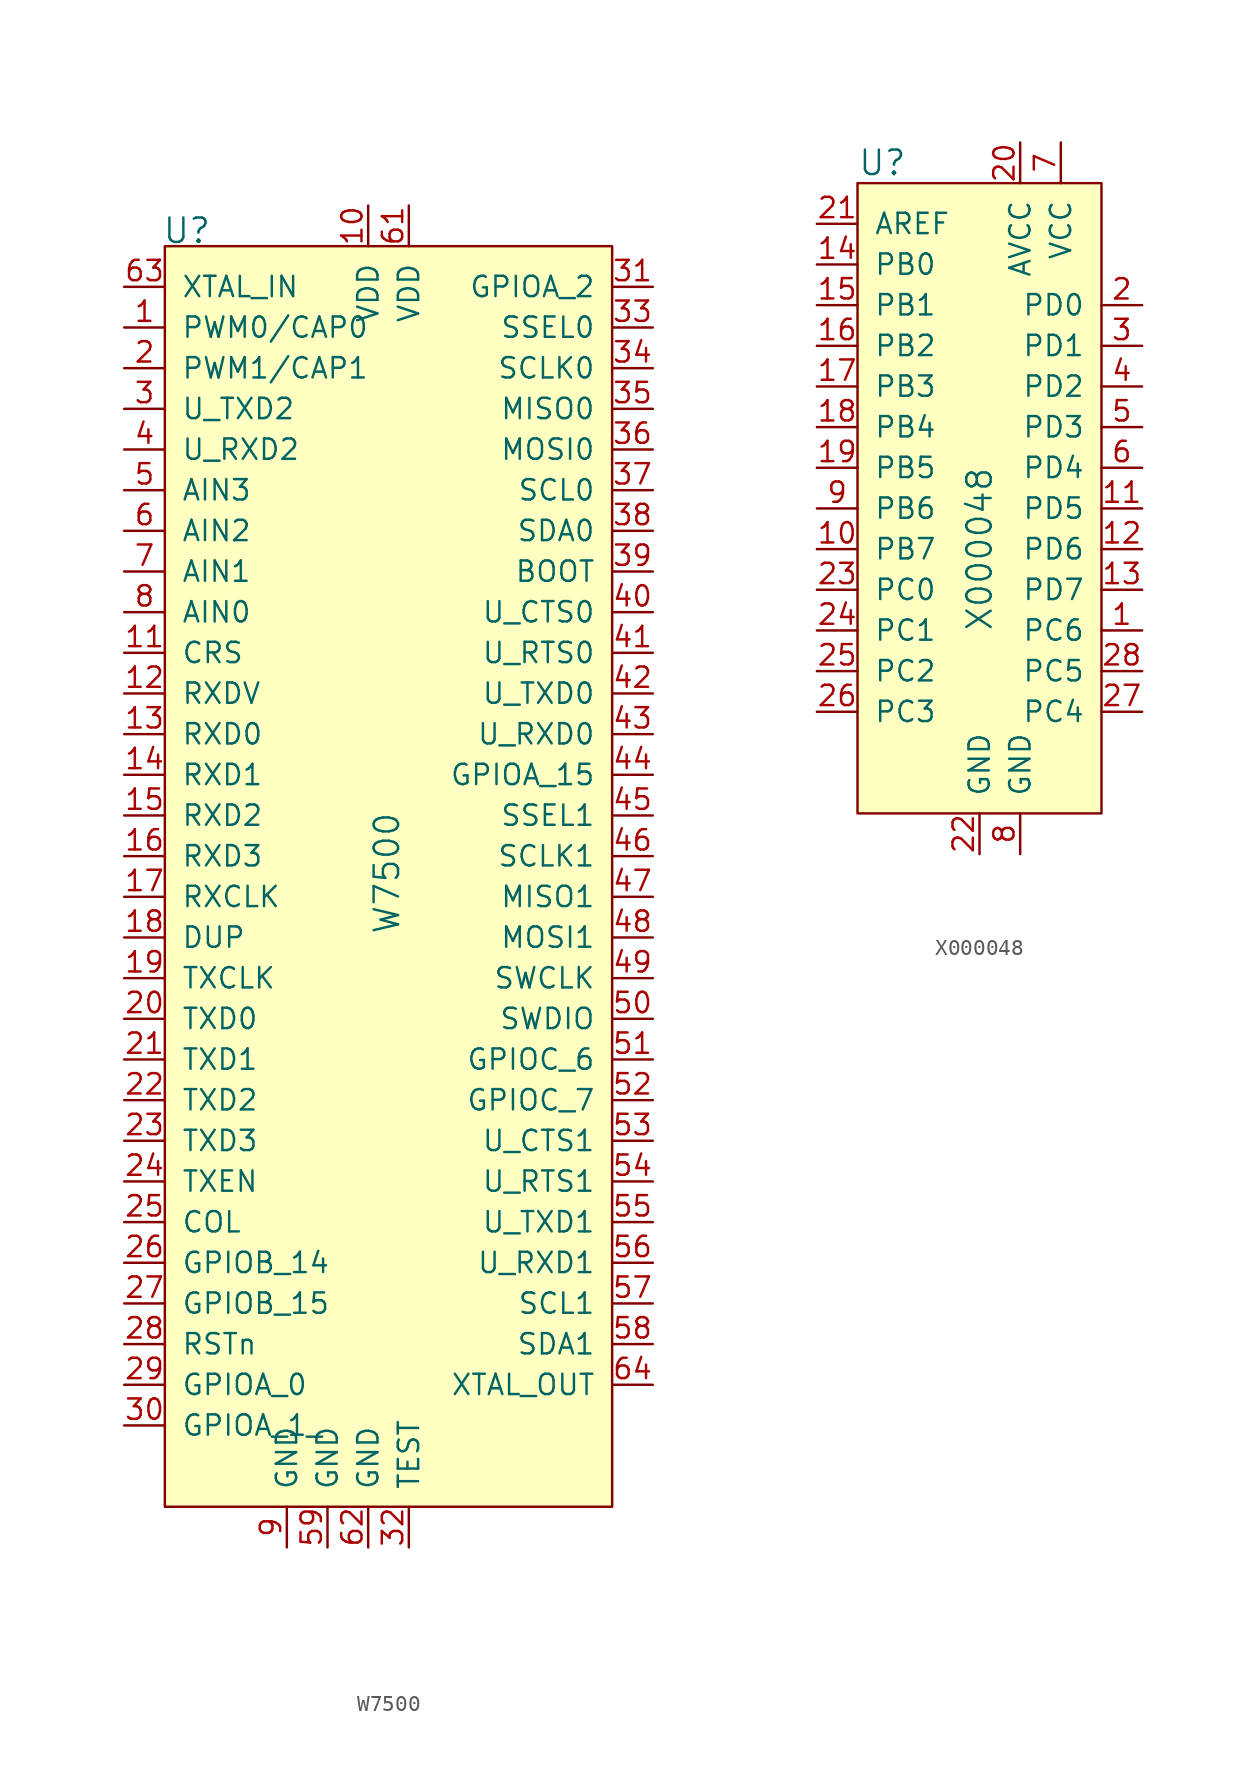
<source format=kicad_sym>
(kicad_symbol_lib
  (version 20201005)
  (generator kicad_symbol_editor)
  (symbol "W7500"
    (pin_names
      (offset 1.016))
    (property "Reference" "U"
      (at -12.878 31.445 0)
      (effects (font (size 1.524 1.524)) (justify left)))
    (property "Value" "W7500"
      (at 1.168 -8.687 90)
      (effects (font (size 1.524 1.524))))
    (symbol "W7500_0_1"
      (rectangle (start -12.7 30.48) (end 15.24 -48.26) (stroke (width 0)) (fill (type background))))
    (symbol "W7500_1_1"
      (pin bidirectional line (at -15.24 25.4 0) (length 2.54) (name "PWM0/CAP0" (effects (font (size 1.27 1.27)))) (number "1" (effects (font (size 1.27 1.27)))))
      (pin bidirectional line (at -15.24 22.86 0) (length 2.54) (name "PWM1/CAP1" (effects (font (size 1.27 1.27)))) (number "2" (effects (font (size 1.27 1.27)))))
      (pin bidirectional line (at -15.24 20.32 0) (length 2.54) (name "U_TXD2" (effects (font (size 1.27 1.27)))) (number "3" (effects (font (size 1.27 1.27)))))
      (pin bidirectional line (at -15.24 17.78 0) (length 2.54) (name "U_RXD2" (effects (font (size 1.27 1.27)))) (number "4" (effects (font (size 1.27 1.27)))))
      (pin bidirectional line (at -15.24 15.24 0) (length 2.54) (name "AIN3" (effects (font (size 1.27 1.27)))) (number "5" (effects (font (size 1.27 1.27)))))
      (pin bidirectional line (at -15.24 12.7 0) (length 2.54) (name "AIN2" (effects (font (size 1.27 1.27)))) (number "6" (effects (font (size 1.27 1.27)))))
      (pin bidirectional line (at -15.24 10.16 0) (length 2.54) (name "AIN1" (effects (font (size 1.27 1.27)))) (number "7" (effects (font (size 1.27 1.27)))))
      (pin bidirectional line (at -15.24 7.62 0) (length 2.54) (name "AIN0" (effects (font (size 1.27 1.27)))) (number "8" (effects (font (size 1.27 1.27)))))
      (pin power_in line (at -5.08 -50.8 90) (length 2.54) (name "GND" (effects (font (size 1.27 1.27)))) (number "9" (effects (font (size 1.27 1.27)))))
      (pin power_in line (at 0 33.02 270) (length 2.54) (name "VDD" (effects (font (size 1.27 1.27)))) (number "10" (effects (font (size 1.27 1.27)))))
      (pin bidirectional line (at -15.24 -17.78 0) (length 2.54) (name "TXD0" (effects (font (size 1.27 1.27)))) (number "20" (effects (font (size 1.27 1.27)))))
      (pin bidirectional line (at -15.24 -43.18 0) (length 2.54) (name "GPIOA_1_" (effects (font (size 1.27 1.27)))) (number "30" (effects (font (size 1.27 1.27)))))
      (pin bidirectional line (at 17.78 7.62 180) (length 2.54) (name "U_CTS0" (effects (font (size 1.27 1.27)))) (number "40" (effects (font (size 1.27 1.27)))))
      (pin bidirectional line (at 17.78 -17.78 180) (length 2.54) (name "SWDIO" (effects (font (size 1.27 1.27)))) (number "50" (effects (font (size 1.27 1.27)))))
      (pin no_connect line (at 15.24 -43.18 180) (length 2.54) hide (name "NC" (effects (font (size 1.27 1.27)))) (number "60" (effects (font (size 1.27 1.27)))))
      (pin bidirectional line (at -15.24 5.08 0) (length 2.54) (name "CRS" (effects (font (size 1.27 1.27)))) (number "11" (effects (font (size 1.27 1.27)))))
      (pin bidirectional line (at -15.24 -20.32 0) (length 2.54) (name "TXD1" (effects (font (size 1.27 1.27)))) (number "21" (effects (font (size 1.27 1.27)))))
      (pin bidirectional line (at 17.78 27.94 180) (length 2.54) (name "GPIOA_2" (effects (font (size 1.27 1.27)))) (number "31" (effects (font (size 1.27 1.27)))))
      (pin bidirectional line (at 17.78 5.08 180) (length 2.54) (name "U_RTS0" (effects (font (size 1.27 1.27)))) (number "41" (effects (font (size 1.27 1.27)))))
      (pin bidirectional line (at 17.78 -20.32 180) (length 2.54) (name "GPIOC_6" (effects (font (size 1.27 1.27)))) (number "51" (effects (font (size 1.27 1.27)))))
      (pin power_in line (at 2.54 33.02 270) (length 2.54) (name "VDD" (effects (font (size 1.27 1.27)))) (number "61" (effects (font (size 1.27 1.27)))))
      (pin bidirectional line (at -15.24 2.54 0) (length 2.54) (name "RXDV" (effects (font (size 1.27 1.27)))) (number "12" (effects (font (size 1.27 1.27)))))
      (pin bidirectional line (at -15.24 -22.86 0) (length 2.54) (name "TXD2" (effects (font (size 1.27 1.27)))) (number "22" (effects (font (size 1.27 1.27)))))
      (pin bidirectional line (at 2.54 -50.8 90) (length 2.54) (name "TEST" (effects (font (size 1.27 1.27)))) (number "32" (effects (font (size 1.27 1.27)))))
      (pin bidirectional line (at 17.78 2.54 180) (length 2.54) (name "U_TXD0" (effects (font (size 1.27 1.27)))) (number "42" (effects (font (size 1.27 1.27)))))
      (pin bidirectional line (at 17.78 -22.86 180) (length 2.54) (name "GPIOC_7" (effects (font (size 1.27 1.27)))) (number "52" (effects (font (size 1.27 1.27)))))
      (pin power_in line (at 0 -50.8 90) (length 2.54) (name "GND" (effects (font (size 1.27 1.27)))) (number "62" (effects (font (size 1.27 1.27)))))
      (pin bidirectional line (at -15.24 0 0) (length 2.54) (name "RXD0" (effects (font (size 1.27 1.27)))) (number "13" (effects (font (size 1.27 1.27)))))
      (pin bidirectional line (at -15.24 -25.4 0) (length 2.54) (name "TXD3" (effects (font (size 1.27 1.27)))) (number "23" (effects (font (size 1.27 1.27)))))
      (pin bidirectional line (at 17.78 25.4 180) (length 2.54) (name "SSEL0" (effects (font (size 1.27 1.27)))) (number "33" (effects (font (size 1.27 1.27)))))
      (pin bidirectional line (at 17.78 0 180) (length 2.54) (name "U_RXD0" (effects (font (size 1.27 1.27)))) (number "43" (effects (font (size 1.27 1.27)))))
      (pin bidirectional line (at 17.78 -25.4 180) (length 2.54) (name "U_CTS1" (effects (font (size 1.27 1.27)))) (number "53" (effects (font (size 1.27 1.27)))))
      (pin input line (at -15.24 27.94 0) (length 2.54) (name "XTAL_IN" (effects (font (size 1.27 1.27)))) (number "63" (effects (font (size 1.27 1.27)))))
      (pin bidirectional line (at -15.24 -2.54 0) (length 2.54) (name "RXD1" (effects (font (size 1.27 1.27)))) (number "14" (effects (font (size 1.27 1.27)))))
      (pin bidirectional line (at -15.24 -27.94 0) (length 2.54) (name "TXEN" (effects (font (size 1.27 1.27)))) (number "24" (effects (font (size 1.27 1.27)))))
      (pin bidirectional line (at 17.78 22.86 180) (length 2.54) (name "SCLK0" (effects (font (size 1.27 1.27)))) (number "34" (effects (font (size 1.27 1.27)))))
      (pin bidirectional line (at 17.78 -2.54 180) (length 2.54) (name "GPIOA_15" (effects (font (size 1.27 1.27)))) (number "44" (effects (font (size 1.27 1.27)))))
      (pin bidirectional line (at 17.78 -27.94 180) (length 2.54) (name "U_RTS1" (effects (font (size 1.27 1.27)))) (number "54" (effects (font (size 1.27 1.27)))))
      (pin output line (at 17.78 -40.64 180) (length 2.54) (name "XTAL_OUT" (effects (font (size 1.27 1.27)))) (number "64" (effects (font (size 1.27 1.27)))))
      (pin bidirectional line (at -15.24 -5.08 0) (length 2.54) (name "RXD2" (effects (font (size 1.27 1.27)))) (number "15" (effects (font (size 1.27 1.27)))))
      (pin bidirectional line (at -15.24 -30.48 0) (length 2.54) (name "COL" (effects (font (size 1.27 1.27)))) (number "25" (effects (font (size 1.27 1.27)))))
      (pin bidirectional line (at 17.78 20.32 180) (length 2.54) (name "MISO0" (effects (font (size 1.27 1.27)))) (number "35" (effects (font (size 1.27 1.27)))))
      (pin bidirectional line (at 17.78 -5.08 180) (length 2.54) (name "SSEL1" (effects (font (size 1.27 1.27)))) (number "45" (effects (font (size 1.27 1.27)))))
      (pin bidirectional line (at 17.78 -30.48 180) (length 2.54) (name "U_TXD1" (effects (font (size 1.27 1.27)))) (number "55" (effects (font (size 1.27 1.27)))))
      (pin bidirectional line (at -15.24 -7.62 0) (length 2.54) (name "RXD3" (effects (font (size 1.27 1.27)))) (number "16" (effects (font (size 1.27 1.27)))))
      (pin bidirectional line (at -15.24 -33.02 0) (length 2.54) (name "GPIOB_14" (effects (font (size 1.27 1.27)))) (number "26" (effects (font (size 1.27 1.27)))))
      (pin bidirectional line (at 17.78 17.78 180) (length 2.54) (name "MOSI0" (effects (font (size 1.27 1.27)))) (number "36" (effects (font (size 1.27 1.27)))))
      (pin bidirectional line (at 17.78 -7.62 180) (length 2.54) (name "SCLK1" (effects (font (size 1.27 1.27)))) (number "46" (effects (font (size 1.27 1.27)))))
      (pin bidirectional line (at 17.78 -33.02 180) (length 2.54) (name "U_RXD1" (effects (font (size 1.27 1.27)))) (number "56" (effects (font (size 1.27 1.27)))))
      (pin bidirectional line (at -15.24 -10.16 0) (length 2.54) (name "RXCLK" (effects (font (size 1.27 1.27)))) (number "17" (effects (font (size 1.27 1.27)))))
      (pin bidirectional line (at -15.24 -35.56 0) (length 2.54) (name "GPIOB_15" (effects (font (size 1.27 1.27)))) (number "27" (effects (font (size 1.27 1.27)))))
      (pin bidirectional line (at 17.78 15.24 180) (length 2.54) (name "SCL0" (effects (font (size 1.27 1.27)))) (number "37" (effects (font (size 1.27 1.27)))))
      (pin bidirectional line (at 17.78 -10.16 180) (length 2.54) (name "MISO1" (effects (font (size 1.27 1.27)))) (number "47" (effects (font (size 1.27 1.27)))))
      (pin bidirectional line (at 17.78 -35.56 180) (length 2.54) (name "SCL1" (effects (font (size 1.27 1.27)))) (number "57" (effects (font (size 1.27 1.27)))))
      (pin bidirectional line (at -15.24 -12.7 0) (length 2.54) (name "DUP" (effects (font (size 1.27 1.27)))) (number "18" (effects (font (size 1.27 1.27)))))
      (pin input line (at -15.24 -38.1 0) (length 2.54) (name "RSTn" (effects (font (size 1.27 1.27)))) (number "28" (effects (font (size 1.27 1.27)))))
      (pin bidirectional line (at 17.78 12.7 180) (length 2.54) (name "SDA0" (effects (font (size 1.27 1.27)))) (number "38" (effects (font (size 1.27 1.27)))))
      (pin bidirectional line (at 17.78 -12.7 180) (length 2.54) (name "MOSI1" (effects (font (size 1.27 1.27)))) (number "48" (effects (font (size 1.27 1.27)))))
      (pin bidirectional line (at 17.78 -38.1 180) (length 2.54) (name "SDA1" (effects (font (size 1.27 1.27)))) (number "58" (effects (font (size 1.27 1.27)))))
      (pin bidirectional line (at -15.24 -15.24 0) (length 2.54) (name "TXCLK" (effects (font (size 1.27 1.27)))) (number "19" (effects (font (size 1.27 1.27)))))
      (pin bidirectional line (at -15.24 -40.64 0) (length 2.54) (name "GPIOA_0" (effects (font (size 1.27 1.27)))) (number "29" (effects (font (size 1.27 1.27)))))
      (pin bidirectional line (at 17.78 10.16 180) (length 2.54) (name "BOOT" (effects (font (size 1.27 1.27)))) (number "39" (effects (font (size 1.27 1.27)))))
      (pin bidirectional line (at 17.78 -15.24 180) (length 2.54) (name "SWCLK" (effects (font (size 1.27 1.27)))) (number "49" (effects (font (size 1.27 1.27)))))
      (pin power_in line (at -2.54 -50.8 90) (length 2.54) (name "GND" (effects (font (size 1.27 1.27)))) (number "59" (effects (font (size 1.27 1.27)))))))
  (symbol "X000048"
    (pin_names
      (offset 1.016))
    (property "Reference" "U"
      (at -10.16 19.05 0)
      (effects (font (size 1.524 1.524)) (justify left)))
    (property "Value" "X000048"
      (at -2.54 -5.08 90)
      (effects (font (size 1.524 1.524))))
    (symbol "X000048_0_1"
      (rectangle (start -10.16 17.78) (end 5.08 -21.59) (stroke (width 0)) (fill (type background))))
    (symbol "X000048_1_1"
      (pin bidirectional line (at 7.62 -10.16 180) (length 2.54) (name "PC6" (effects (font (size 1.27 1.27)))) (number "1" (effects (font (size 1.27 1.27)))))
      (pin bidirectional line (at -12.7 -5.08 0) (length 2.54) (name "PB7" (effects (font (size 1.27 1.27)))) (number "10" (effects (font (size 1.27 1.27)))))
      (pin bidirectional line (at 7.62 -2.54 180) (length 2.54) (name "PD5" (effects (font (size 1.27 1.27)))) (number "11" (effects (font (size 1.27 1.27)))))
      (pin bidirectional line (at 7.62 -5.08 180) (length 2.54) (name "PD6" (effects (font (size 1.27 1.27)))) (number "12" (effects (font (size 1.27 1.27)))))
      (pin bidirectional line (at 7.62 -7.62 180) (length 2.54) (name "PD7" (effects (font (size 1.27 1.27)))) (number "13" (effects (font (size 1.27 1.27)))))
      (pin bidirectional line (at -12.7 12.7 0) (length 2.54) (name "PB0" (effects (font (size 1.27 1.27)))) (number "14" (effects (font (size 1.27 1.27)))))
      (pin bidirectional line (at -12.7 10.16 0) (length 2.54) (name "PB1" (effects (font (size 1.27 1.27)))) (number "15" (effects (font (size 1.27 1.27)))))
      (pin bidirectional line (at -12.7 7.62 0) (length 2.54) (name "PB2" (effects (font (size 1.27 1.27)))) (number "16" (effects (font (size 1.27 1.27)))))
      (pin bidirectional line (at -12.7 5.08 0) (length 2.54) (name "PB3" (effects (font (size 1.27 1.27)))) (number "17" (effects (font (size 1.27 1.27)))))
      (pin bidirectional line (at -12.7 2.54 0) (length 2.54) (name "PB4" (effects (font (size 1.27 1.27)))) (number "18" (effects (font (size 1.27 1.27)))))
      (pin bidirectional line (at -12.7 0 0) (length 2.54) (name "PB5" (effects (font (size 1.27 1.27)))) (number "19" (effects (font (size 1.27 1.27)))))
      (pin bidirectional line (at 7.62 10.16 180) (length 2.54) (name "PD0" (effects (font (size 1.27 1.27)))) (number "2" (effects (font (size 1.27 1.27)))))
      (pin power_in line (at 0 20.32 270) (length 2.54) (name "AVCC" (effects (font (size 1.27 1.27)))) (number "20" (effects (font (size 1.27 1.27)))))
      (pin input line (at -12.7 15.24 0) (length 2.54) (name "AREF" (effects (font (size 1.27 1.27)))) (number "21" (effects (font (size 1.27 1.27)))))
      (pin power_in line (at -2.54 -24.13 90) (length 2.54) (name "GND" (effects (font (size 1.27 1.27)))) (number "22" (effects (font (size 1.27 1.27)))))
      (pin bidirectional line (at -12.7 -7.62 0) (length 2.54) (name "PC0" (effects (font (size 1.27 1.27)))) (number "23" (effects (font (size 1.27 1.27)))))
      (pin bidirectional line (at -12.7 -10.16 0) (length 2.54) (name "PC1" (effects (font (size 1.27 1.27)))) (number "24" (effects (font (size 1.27 1.27)))))
      (pin bidirectional line (at -12.7 -12.7 0) (length 2.54) (name "PC2" (effects (font (size 1.27 1.27)))) (number "25" (effects (font (size 1.27 1.27)))))
      (pin bidirectional line (at -12.7 -15.24 0) (length 2.54) (name "PC3" (effects (font (size 1.27 1.27)))) (number "26" (effects (font (size 1.27 1.27)))))
      (pin bidirectional line (at 7.62 -15.24 180) (length 2.54) (name "PC4" (effects (font (size 1.27 1.27)))) (number "27" (effects (font (size 1.27 1.27)))))
      (pin bidirectional line (at 7.62 -12.7 180) (length 2.54) (name "PC5" (effects (font (size 1.27 1.27)))) (number "28" (effects (font (size 1.27 1.27)))))
      (pin bidirectional line (at 7.62 7.62 180) (length 2.54) (name "PD1" (effects (font (size 1.27 1.27)))) (number "3" (effects (font (size 1.27 1.27)))))
      (pin bidirectional line (at 7.62 5.08 180) (length 2.54) (name "PD2" (effects (font (size 1.27 1.27)))) (number "4" (effects (font (size 1.27 1.27)))))
      (pin bidirectional line (at 7.62 2.54 180) (length 2.54) (name "PD3" (effects (font (size 1.27 1.27)))) (number "5" (effects (font (size 1.27 1.27)))))
      (pin bidirectional line (at 7.62 0 180) (length 2.54) (name "PD4" (effects (font (size 1.27 1.27)))) (number "6" (effects (font (size 1.27 1.27)))))
      (pin power_in line (at 2.54 20.32 270) (length 2.54) (name "VCC" (effects (font (size 1.27 1.27)))) (number "7" (effects (font (size 1.27 1.27)))))
      (pin power_in line (at 0 -24.13 90) (length 2.54) (name "GND" (effects (font (size 1.27 1.27)))) (number "8" (effects (font (size 1.27 1.27)))))
      (pin bidirectional line (at -12.7 -2.54 0) (length 2.54) (name "PB6" (effects (font (size 1.27 1.27)))) (number "9" (effects (font (size 1.27 1.27))))))))
</source>
